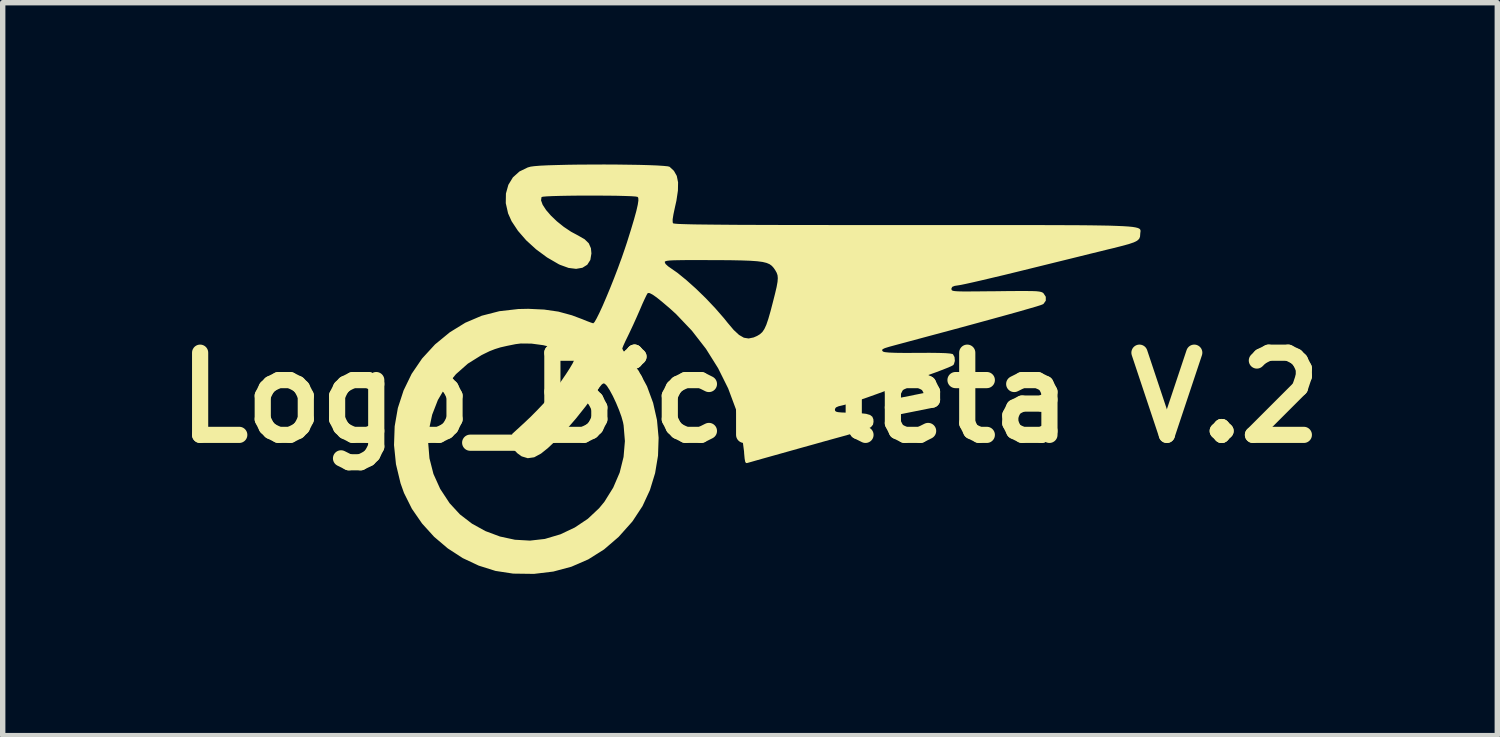
<source format=kicad_pcb>
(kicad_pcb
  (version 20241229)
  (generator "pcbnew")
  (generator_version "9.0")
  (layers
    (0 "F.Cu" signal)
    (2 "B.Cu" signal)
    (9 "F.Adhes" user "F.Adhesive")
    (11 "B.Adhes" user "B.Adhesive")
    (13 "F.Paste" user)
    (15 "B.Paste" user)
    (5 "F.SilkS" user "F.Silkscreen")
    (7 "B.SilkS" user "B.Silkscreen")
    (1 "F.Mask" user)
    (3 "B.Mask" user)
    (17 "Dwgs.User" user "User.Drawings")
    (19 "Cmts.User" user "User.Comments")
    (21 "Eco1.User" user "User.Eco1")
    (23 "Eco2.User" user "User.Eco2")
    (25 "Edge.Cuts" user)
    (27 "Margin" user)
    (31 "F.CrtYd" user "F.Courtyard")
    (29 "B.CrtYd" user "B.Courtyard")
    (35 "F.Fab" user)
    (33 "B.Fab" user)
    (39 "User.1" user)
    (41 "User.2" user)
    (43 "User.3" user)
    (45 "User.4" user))
  (footprint "Logo_Bicicleta V.2"
    (layer "F.Cu")
    (at 10.857 4.324)
    (property "Reference" "Logo_Bicicleta V.2" (at 0 0 0) (layer "F.SilkS") (effects (font (size 1.524 1.524) (thickness 0.3))))
    (attr board_only exclude_from_pos_files exclude_from_bom)
    (fp_poly (pts (xy -2.482 -4.323) (xy -2.264 -4.32) (xy -2.061 -4.317) (xy -1.879 -4.312) (xy -1.725 -4.306) (xy -1.604 -4.298) (xy -1.524 -4.29) (xy -1.491 -4.281) (xy -1.411 -4.206) (xy -1.358 -4.112) (xy -1.334 -3.992) (xy -1.337 -3.84) (xy -1.365 -3.652) (xy -1.391 -3.536) (xy -1.42 -3.4) (xy -1.435 -3.307) (xy -1.434 -3.252) (xy -1.427 -3.234) (xy -1.414 -3.23) (xy -1.383 -3.226) (xy -1.331 -3.222) (xy -1.257 -3.219) (xy -1.158 -3.216) (xy -1.032 -3.213) (xy -0.877 -3.211) (xy -0.691 -3.209) (xy -0.472 -3.207) (xy -0.218 -3.205) (xy 0.073 -3.204) (xy 0.403 -3.203) (xy 0.775 -3.202) (xy 1.189 -3.202) (xy 1.649 -3.201) (xy 2.157 -3.201) (xy 2.714 -3.201) (xy 2.86 -3.201) (xy 3.421 -3.201) (xy 3.931 -3.201) (xy 4.394 -3.201) (xy 4.813 -3.201) (xy 5.188 -3.201) (xy 5.522 -3.2) (xy 5.819 -3.199) (xy 6.079 -3.198) (xy 6.306 -3.196) (xy 6.502 -3.193) (xy 6.668 -3.19) (xy 6.808 -3.185) (xy 6.923 -3.18) (xy 7.016 -3.174) (xy 7.089 -3.167) (xy 7.145 -3.158) (xy 7.186 -3.148) (xy 7.213 -3.137) (xy 7.23 -3.124) (xy 7.238 -3.11) (xy 7.241 -3.094) (xy 7.24 -3.077) (xy 7.237 -3.057) (xy 7.235 -3.036) (xy 7.235 -3.031) (xy 7.231 -2.983) (xy 7.214 -2.944) (xy 7.178 -2.911) (xy 7.116 -2.88) (xy 7.022 -2.848) (xy 6.889 -2.812) (xy 6.74 -2.774) (xy 6.635 -2.749) (xy 6.486 -2.712) (xy 6.301 -2.667) (xy 6.088 -2.614) (xy 5.853 -2.556) (xy 5.605 -2.495) (xy 5.35 -2.432) (xy 5.192 -2.393) (xy 4.948 -2.333) (xy 4.715 -2.276) (xy 4.499 -2.225) (xy 4.305 -2.179) (xy 4.14 -2.141) (xy 4.009 -2.112) (xy 3.918 -2.093) (xy 3.878 -2.086) (xy 3.794 -2.073) (xy 3.751 -2.056) (xy 3.735 -2.029) (xy 3.735 -2.017) (xy 3.736 -2.003) (xy 3.743 -1.991) (xy 3.763 -1.982) (xy 3.799 -1.976) (xy 3.857 -1.972) (xy 3.943 -1.97) (xy 4.062 -1.97) (xy 4.219 -1.971) (xy 4.419 -1.973) (xy 4.562 -1.974) (xy 4.792 -1.977) (xy 4.977 -1.978) (xy 5.12 -1.978) (xy 5.229 -1.977) (xy 5.307 -1.974) (xy 5.362 -1.968) (xy 5.399 -1.96) (xy 5.423 -1.95) (xy 5.44 -1.938) (xy 5.484 -1.871) (xy 5.484 -1.799) (xy 5.442 -1.74) (xy 5.433 -1.734) (xy 5.394 -1.718) (xy 5.306 -1.69) (xy 5.168 -1.65) (xy 4.981 -1.596) (xy 4.744 -1.53) (xy 4.457 -1.451) (xy 4.121 -1.359) (xy 3.734 -1.254) (xy 3.297 -1.137) (xy 2.81 -1.006) (xy 2.698 -0.976) (xy 2.577 -0.943) (xy 2.5 -0.919) (xy 2.459 -0.899) (xy 2.448 -0.881) (xy 2.46 -0.861) (xy 2.466 -0.855) (xy 2.499 -0.845) (xy 2.577 -0.837) (xy 2.702 -0.832) (xy 2.875 -0.83) (xy 3.098 -0.831) (xy 3.11 -0.831) (xy 3.329 -0.832) (xy 3.499 -0.83) (xy 3.624 -0.826) (xy 3.708 -0.819) (xy 3.754 -0.81) (xy 3.763 -0.805) (xy 3.792 -0.753) (xy 3.798 -0.682) (xy 3.78 -0.62) (xy 3.766 -0.603) (xy 3.729 -0.583) (xy 3.654 -0.551) (xy 3.552 -0.511) (xy 3.447 -0.471) (xy 3.341 -0.433) (xy 3.197 -0.38) (xy 3.026 -0.317) (xy 2.839 -0.247) (xy 2.646 -0.176) (xy 2.524 -0.131) (xy 2.343 -0.065) (xy 2.17 -0.003) (xy 2.012 0.051) (xy 1.88 0.095) (xy 1.78 0.125) (xy 1.731 0.138) (xy 1.642 0.159) (xy 1.594 0.18) (xy 1.576 0.207) (xy 1.574 0.221) (xy 1.578 0.243) (xy 1.594 0.258) (xy 1.63 0.268) (xy 1.697 0.274) (xy 1.802 0.278) (xy 1.886 0.281) (xy 2.041 0.287) (xy 2.152 0.299) (xy 2.225 0.32) (xy 2.268 0.353) (xy 2.287 0.4) (xy 2.29 0.446) (xy 2.28 0.5) (xy 2.244 0.544) (xy 2.174 0.583) (xy 2.063 0.62) (xy 2.004 0.636) (xy 1.949 0.651) (xy 1.853 0.678) (xy 1.721 0.715) (xy 1.561 0.759) (xy 1.38 0.809) (xy 1.185 0.864) (xy 0.983 0.92) (xy 0.78 0.977) (xy 0.584 1.032) (xy 0.402 1.083) (xy 0.241 1.128) (xy 0.107 1.166) (xy 0.009 1.194) (xy -0.049 1.21) (xy -0.055 1.212) (xy -0.075 1.211) (xy -0.09 1.186) (xy -0.1 1.13) (xy -0.109 1.033) (xy -0.111 0.996) (xy -0.162 0.607) (xy -0.261 0.216) (xy -0.405 -0.171) (xy -0.592 -0.547) (xy -0.817 -0.906) (xy -1.078 -1.242) (xy -1.371 -1.55) (xy -1.484 -1.653) (xy -1.624 -1.772) (xy -1.73 -1.858) (xy -1.808 -1.912) (xy -1.86 -1.939) (xy -1.892 -1.941) (xy -1.899 -1.936) (xy -1.918 -1.904) (xy -1.952 -1.834) (xy -1.996 -1.738) (xy -2.043 -1.628) (xy -2.104 -1.489) (xy -2.17 -1.343) (xy -2.232 -1.211) (xy -2.266 -1.14) (xy -2.312 -1.046) (xy -2.348 -0.967) (xy -2.367 -0.918) (xy -2.368 -0.909) (xy -2.352 -0.875) (xy -2.31 -0.817) (xy -2.262 -0.759) (xy -2.065 -0.498) (xy -1.91 -0.211) (xy -1.797 0.096) (xy -1.725 0.416) (xy -1.695 0.744) (xy -1.706 1.074) (xy -1.76 1.399) (xy -1.856 1.713) (xy -1.994 2.011) (xy -2.175 2.286) (xy -2.188 2.303) (xy -2.437 2.582) (xy -2.707 2.814) (xy -2.999 2.998) (xy -3.312 3.134) (xy -3.648 3.224) (xy -4.006 3.267) (xy -4.385 3.262) (xy -4.398 3.261) (xy -4.719 3.212) (xy -5.03 3.114) (xy -5.328 2.974) (xy -5.605 2.794) (xy -5.858 2.579) (xy -6.081 2.333) (xy -6.269 2.061) (xy -6.416 1.767) (xy -6.48 1.587) (xy -6.565 1.233) (xy -6.601 0.879) (xy -6.599 0.82) (xy -5.969 0.82) (xy -5.944 1.124) (xy -5.87 1.414) (xy -5.745 1.691) (xy -5.57 1.957) (xy -5.568 1.959) (xy -5.379 2.164) (xy -5.155 2.336) (xy -4.905 2.474) (xy -4.637 2.574) (xy -4.359 2.634) (xy -4.079 2.65) (xy -3.805 2.619) (xy -3.798 2.617) (xy -3.515 2.533) (xy -3.249 2.407) (xy -3.007 2.245) (xy -2.799 2.05) (xy -2.701 1.931) (xy -2.537 1.668) (xy -2.417 1.389) (xy -2.345 1.099) (xy -2.32 0.805) (xy -2.344 0.513) (xy -2.355 0.455) (xy -2.384 0.352) (xy -2.429 0.228) (xy -2.484 0.096) (xy -2.543 -0.03) (xy -2.602 -0.139) (xy -2.653 -0.218) (xy -2.676 -0.243) (xy -2.7 -0.262) (xy -2.722 -0.264) (xy -2.75 -0.244) (xy -2.79 -0.195) (xy -2.85 -0.112) (xy -2.877 -0.073) (xy -3.049 0.162) (xy -3.229 0.388) (xy -3.411 0.598) (xy -3.587 0.783) (xy -3.75 0.936) (xy -3.875 1.036) (xy -4.002 1.105) (xy -4.121 1.122) (xy -4.234 1.088) (xy -4.312 1.032) (xy -4.37 0.973) (xy -4.398 0.919) (xy -4.408 0.847) (xy -4.409 0.809) (xy -4.411 0.673) (xy -4.18 0.461) (xy -4.065 0.352) (xy -3.944 0.23) (xy -3.832 0.112) (xy -3.774 0.048) (xy -3.686 -0.059) (xy -3.594 -0.18) (xy -3.502 -0.306) (xy -3.417 -0.43) (xy -3.344 -0.543) (xy -3.289 -0.636) (xy -3.258 -0.702) (xy -3.253 -0.724) (xy -3.271 -0.762) (xy -3.328 -0.804) (xy -3.403 -0.84) (xy -3.614 -0.919) (xy -3.836 -0.974) (xy -4.053 -1.003) (xy -4.251 -1.005) (xy -4.346 -0.993) (xy -4.505 -0.961) (xy -4.628 -0.933) (xy -4.73 -0.901) (xy -4.828 -0.863) (xy -4.935 -0.811) (xy -4.979 -0.789) (xy -5.231 -0.632) (xy -5.452 -0.437) (xy -5.639 -0.21) (xy -5.788 0.043) (xy -5.894 0.316) (xy -5.955 0.602) (xy -5.969 0.82) (xy -6.599 0.82) (xy -6.589 0.53) (xy -6.53 0.191) (xy -6.424 -0.134) (xy -6.275 -0.441) (xy -6.081 -0.726) (xy -5.845 -0.983) (xy -5.838 -0.99) (xy -5.565 -1.214) (xy -5.279 -1.39) (xy -4.974 -1.52) (xy -4.647 -1.604) (xy -4.296 -1.644) (xy -4.112 -1.648) (xy -3.817 -1.634) (xy -3.553 -1.596) (xy -3.303 -1.528) (xy -3.114 -1.457) (xy -3.023 -1.42) (xy -2.951 -1.393) (xy -2.91 -1.38) (xy -2.907 -1.379) (xy -2.883 -1.403) (xy -2.845 -1.469) (xy -2.794 -1.571) (xy -2.733 -1.703) (xy -2.666 -1.859) (xy -2.594 -2.032) (xy -2.521 -2.215) (xy -2.449 -2.403) (xy -2.408 -2.516) (xy -1.582 -2.516) (xy -1.567 -2.48) (xy -1.518 -2.435) (xy -1.492 -2.417) (xy -1.347 -2.316) (xy -1.181 -2.181) (xy -1.002 -2.021) (xy -0.82 -1.844) (xy -0.644 -1.658) (xy -0.482 -1.472) (xy -0.418 -1.392) (xy -0.303 -1.256) (xy -0.204 -1.164) (xy -0.114 -1.112) (xy -0.026 -1.098) (xy 0.067 -1.117) (xy 0.131 -1.145) (xy 0.184 -1.177) (xy 0.228 -1.217) (xy 0.266 -1.273) (xy 0.302 -1.351) (xy 0.339 -1.46) (xy 0.381 -1.606) (xy 0.42 -1.756) (xy 0.463 -1.925) (xy 0.493 -2.053) (xy 0.51 -2.148) (xy 0.515 -2.217) (xy 0.51 -2.271) (xy 0.494 -2.317) (xy 0.47 -2.36) (xy 0.439 -2.406) (xy 0.405 -2.444) (xy 0.363 -2.475) (xy 0.307 -2.499) (xy 0.233 -2.517) (xy 0.134 -2.53) (xy 0.007 -2.539) (xy -0.155 -2.545) (xy -0.356 -2.549) (xy -0.601 -2.551) (xy -0.729 -2.551) (xy -0.964 -2.552) (xy -1.153 -2.552) (xy -1.3 -2.55) (xy -1.41 -2.548) (xy -1.488 -2.544) (xy -1.539 -2.538) (xy -1.568 -2.53) (xy -1.581 -2.52) (xy -1.582 -2.516) (xy -2.408 -2.516) (xy -2.381 -2.588) (xy -2.32 -2.765) (xy -2.283 -2.876) (xy -2.208 -3.115) (xy -2.15 -3.309) (xy -2.108 -3.462) (xy -2.082 -3.576) (xy -2.07 -3.655) (xy -2.072 -3.704) (xy -2.084 -3.723) (xy -2.12 -3.73) (xy -2.2 -3.736) (xy -2.315 -3.74) (xy -2.46 -3.744) (xy -2.626 -3.746) (xy -2.806 -3.747) (xy -2.993 -3.747) (xy -3.179 -3.747) (xy -3.357 -3.745) (xy -3.519 -3.742) (xy -3.659 -3.738) (xy -3.768 -3.733) (xy -3.839 -3.727) (xy -3.866 -3.72) (xy -3.875 -3.659) (xy -3.845 -3.577) (xy -3.782 -3.48) (xy -3.692 -3.376) (xy -3.581 -3.27) (xy -3.454 -3.168) (xy -3.318 -3.077) (xy -3.189 -3.008) (xy -3.067 -2.938) (xy -2.99 -2.863) (xy -2.95 -2.771) (xy -2.941 -2.675) (xy -2.961 -2.554) (xy -3.018 -2.465) (xy -3.108 -2.409) (xy -3.225 -2.389) (xy -3.364 -2.406) (xy -3.519 -2.462) (xy -3.547 -2.475) (xy -3.764 -2.601) (xy -3.967 -2.751) (xy -4.15 -2.918) (xy -4.303 -3.094) (xy -4.421 -3.272) (xy -4.486 -3.417) (xy -4.529 -3.607) (xy -4.526 -3.786) (xy -4.481 -3.947) (xy -4.397 -4.085) (xy -4.276 -4.194) (xy -4.122 -4.269) (xy -4.068 -4.284) (xy -4.001 -4.293) (xy -3.892 -4.302) (xy -3.747 -4.309) (xy -3.573 -4.314) (xy -3.375 -4.319) (xy -3.161 -4.322) (xy -2.937 -4.323) (xy -2.708 -4.324)) (stroke (width 0) (type solid)) (fill yes) (layer "F.SilkS")))
  (gr_rect
    (start -3 -3)
    (end 24.713 10.59)
    (stroke (width 0.1) (type default))
    (fill no)
    (layer "Edge.Cuts")))
</source>
